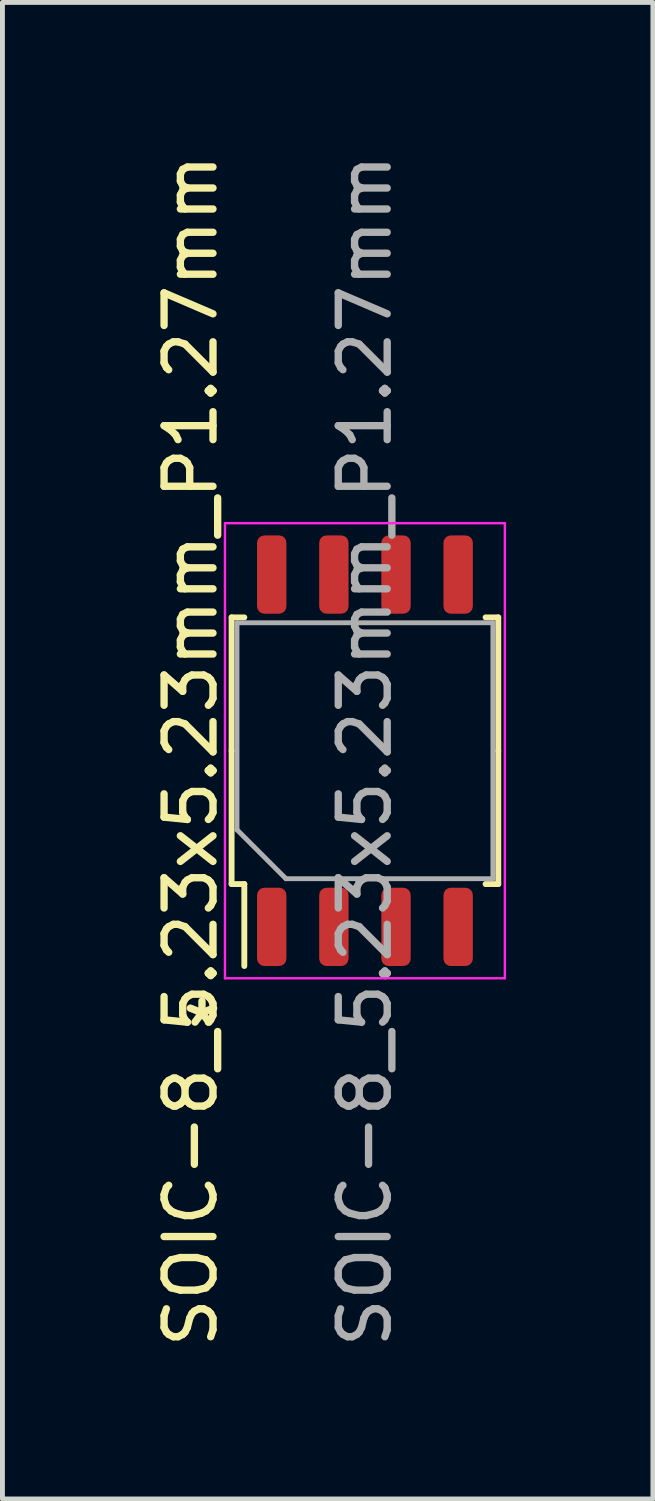
<source format=kicad_pcb>
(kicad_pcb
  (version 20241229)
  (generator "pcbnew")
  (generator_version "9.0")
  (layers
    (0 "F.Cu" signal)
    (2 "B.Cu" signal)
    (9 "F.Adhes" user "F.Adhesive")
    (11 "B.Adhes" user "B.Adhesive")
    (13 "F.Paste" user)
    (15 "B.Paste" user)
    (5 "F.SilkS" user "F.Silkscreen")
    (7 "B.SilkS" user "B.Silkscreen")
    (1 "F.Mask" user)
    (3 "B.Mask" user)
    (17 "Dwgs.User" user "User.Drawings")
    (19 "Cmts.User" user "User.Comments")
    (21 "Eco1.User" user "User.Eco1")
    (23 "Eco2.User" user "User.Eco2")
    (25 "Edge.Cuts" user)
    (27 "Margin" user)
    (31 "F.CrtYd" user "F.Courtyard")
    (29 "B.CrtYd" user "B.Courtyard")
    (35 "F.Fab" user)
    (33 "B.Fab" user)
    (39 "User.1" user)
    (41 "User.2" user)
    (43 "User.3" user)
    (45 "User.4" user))
  (footprint "SOIC-8_5.23x5.23mm_P1.27mm"
    (layer "F.Cu")
    (at 4.408 12.292)
    (property "Reference" "SOIC-8_5.23x5.23mm_P1.27mm" (at -3.56 0 90) (layer "F.SilkS") (effects (font (size 1 1) (thickness 0.15))))
    (attr smd)
    (fp_line (start -2.725 -2.725) (end -2.465 -2.725) (stroke (width 0.12) (type solid)) (layer "F.SilkS"))
    (fp_line (start -2.725 0) (end -2.725 -2.725) (stroke (width 0.12) (type solid)) (layer "F.SilkS"))
    (fp_line (start -2.725 0) (end -2.725 2.725) (stroke (width 0.12) (type solid)) (layer "F.SilkS"))
    (fp_line (start -2.725 2.725) (end -2.465 2.725) (stroke (width 0.12) (type solid)) (layer "F.SilkS"))
    (fp_line (start -2.465 2.725) (end -2.465 4.4) (stroke (width 0.12) (type solid)) (layer "F.SilkS"))
    (fp_line (start 2.725 -2.725) (end 2.465 -2.725) (stroke (width 0.12) (type solid)) (layer "F.SilkS"))
    (fp_line (start 2.725 0) (end 2.725 -2.725) (stroke (width 0.12) (type solid)) (layer "F.SilkS"))
    (fp_line (start 2.725 0) (end 2.725 2.725) (stroke (width 0.12) (type solid)) (layer "F.SilkS"))
    (fp_line (start 2.725 2.725) (end 2.465 2.725) (stroke (width 0.12) (type solid)) (layer "F.SilkS"))
    (fp_line (start -2.86 -4.65) (end -2.86 4.65) (stroke (width 0.05) (type solid)) (layer "F.CrtYd"))
    (fp_line (start -2.86 4.65) (end 2.86 4.65) (stroke (width 0.05) (type solid)) (layer "F.CrtYd"))
    (fp_line (start 2.86 -4.65) (end -2.86 -4.65) (stroke (width 0.05) (type solid)) (layer "F.CrtYd"))
    (fp_line (start 2.86 4.65) (end 2.86 -4.65) (stroke (width 0.05) (type solid)) (layer "F.CrtYd"))
    (fp_line (start -2.615 -2.615) (end 2.615 -2.615) (stroke (width 0.1) (type solid)) (layer "F.Fab"))
    (fp_line (start -2.615 1.615) (end -2.615 -2.615) (stroke (width 0.1) (type solid)) (layer "F.Fab"))
    (fp_line (start -1.615 2.615) (end -2.615 1.615) (stroke (width 0.1) (type solid)) (layer "F.Fab"))
    (fp_line (start 2.615 -2.615) (end 2.615 2.615) (stroke (width 0.1) (type solid)) (layer "F.Fab"))
    (fp_line (start 2.615 2.615) (end -1.615 2.615) (stroke (width 0.1) (type solid)) (layer "F.Fab"))
    (fp_text user "*" (at -3.81 6.248 0) (unlocked yes) (layer "F.SilkS") (effects (font (size 1 1) (thickness 0.15)) (justify left bottom)))
    (fp_text user "${REFERENCE}" (at 0 0 90) (layer "F.Fab") (effects (font (size 1 1) (thickness 0.15))))
    (pad "1" smd roundrect (at -1.905 3.6 90) (size 1.6 0.6) (layers "F.Cu" "F.Mask" "F.Paste") (roundrect_rratio 0.25))
    (pad "2" smd roundrect (at -0.635 3.6 90) (size 1.6 0.6) (layers "F.Cu" "F.Mask" "F.Paste") (roundrect_rratio 0.25))
    (pad "3" smd roundrect (at 0.635 3.6 90) (size 1.6 0.6) (layers "F.Cu" "F.Mask" "F.Paste") (roundrect_rratio 0.25))
    (pad "4" smd roundrect (at 1.905 3.6 90) (size 1.6 0.6) (layers "F.Cu" "F.Mask" "F.Paste") (roundrect_rratio 0.25))
    (pad "5" smd roundrect (at 1.905 -3.6 90) (size 1.6 0.6) (layers "F.Cu" "F.Mask" "F.Paste") (roundrect_rratio 0.25))
    (pad "6" smd roundrect (at 0.635 -3.6 90) (size 1.6 0.6) (layers "F.Cu" "F.Mask" "F.Paste") (roundrect_rratio 0.25))
    (pad "7" smd roundrect (at -0.635 -3.6 90) (size 1.6 0.6) (layers "F.Cu" "F.Mask" "F.Paste") (roundrect_rratio 0.25))
    (pad "8" smd roundrect (at -1.905 -3.6 90) (size 1.6 0.6) (layers "F.Cu" "F.Mask" "F.Paste") (roundrect_rratio 0.25)))
  (gr_rect
    (start -3 -3)
    (end 10.293 27.583)
    (stroke (width 0.1) (type default))
    (fill no)
    (layer "Edge.Cuts")))
</source>
